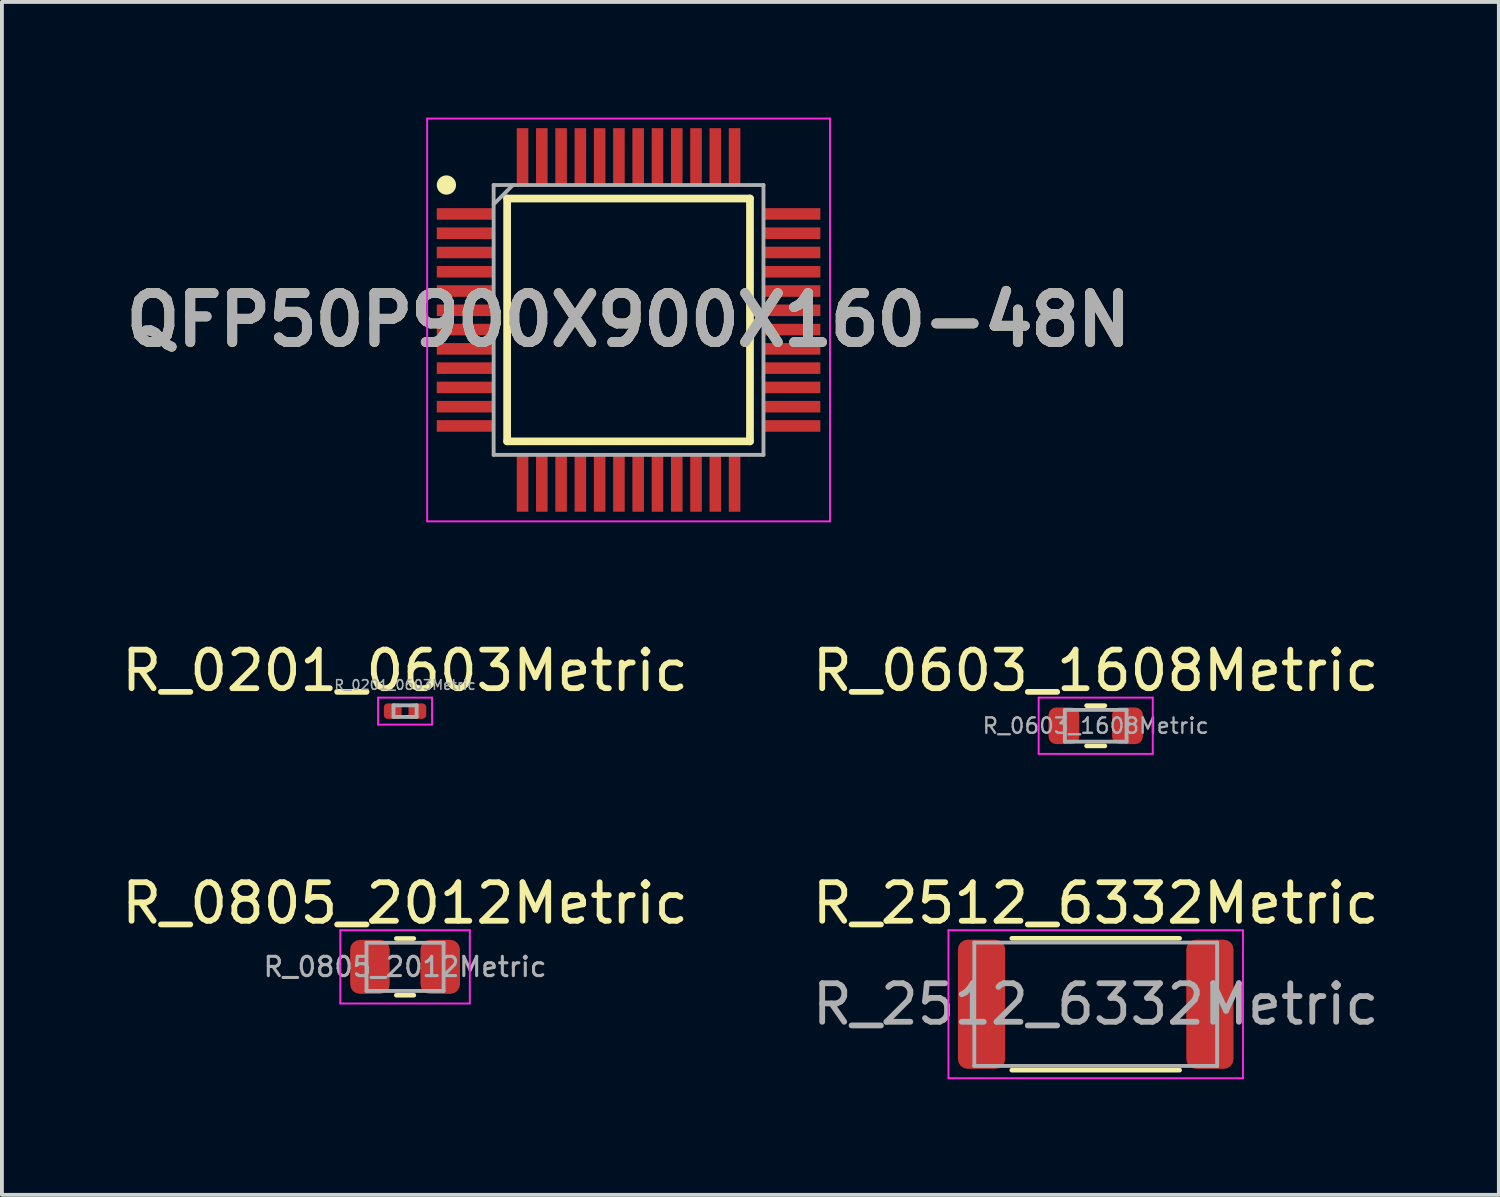
<source format=kicad_pcb>
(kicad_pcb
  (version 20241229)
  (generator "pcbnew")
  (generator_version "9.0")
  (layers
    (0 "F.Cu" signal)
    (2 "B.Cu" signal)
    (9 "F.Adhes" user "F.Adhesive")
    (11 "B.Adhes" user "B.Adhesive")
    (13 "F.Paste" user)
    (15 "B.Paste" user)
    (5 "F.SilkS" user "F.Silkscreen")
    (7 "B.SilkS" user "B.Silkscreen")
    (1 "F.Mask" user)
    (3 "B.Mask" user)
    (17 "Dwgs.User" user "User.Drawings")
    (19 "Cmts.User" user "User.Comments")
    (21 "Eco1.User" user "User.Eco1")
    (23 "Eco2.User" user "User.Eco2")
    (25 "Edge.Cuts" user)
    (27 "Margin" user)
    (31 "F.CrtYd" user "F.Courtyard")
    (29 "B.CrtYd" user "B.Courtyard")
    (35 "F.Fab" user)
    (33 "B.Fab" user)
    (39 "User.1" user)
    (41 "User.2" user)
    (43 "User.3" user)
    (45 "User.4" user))
  (footprint "R_0603_1608Metric"
    (layer "F.Cu")
    (at 25.375 15.778)
    (property "Reference" "R_0603_1608Metric" (at 0 -1.43 0) (layer "F.SilkS") (effects (font (size 1 1) (thickness 0.15))))
    (attr smd)
    (fp_line (start -0.237 -0.522) (end 0.237 -0.522) (stroke (width 0.12) (type solid)) (layer "F.SilkS"))
    (fp_line (start -0.237 0.522) (end 0.237 0.522) (stroke (width 0.12) (type solid)) (layer "F.SilkS"))
    (fp_line (start -1.48 -0.73) (end 1.48 -0.73) (stroke (width 0.05) (type solid)) (layer "F.CrtYd"))
    (fp_line (start -1.48 0.73) (end -1.48 -0.73) (stroke (width 0.05) (type solid)) (layer "F.CrtYd"))
    (fp_line (start 1.48 -0.73) (end 1.48 0.73) (stroke (width 0.05) (type solid)) (layer "F.CrtYd"))
    (fp_line (start 1.48 0.73) (end -1.48 0.73) (stroke (width 0.05) (type solid)) (layer "F.CrtYd"))
    (fp_line (start -0.8 -0.412) (end 0.8 -0.412) (stroke (width 0.1) (type solid)) (layer "F.Fab"))
    (fp_line (start -0.8 0.412) (end -0.8 -0.412) (stroke (width 0.1) (type solid)) (layer "F.Fab"))
    (fp_line (start 0.8 -0.412) (end 0.8 0.412) (stroke (width 0.1) (type solid)) (layer "F.Fab"))
    (fp_line (start 0.8 0.412) (end -0.8 0.412) (stroke (width 0.1) (type solid)) (layer "F.Fab"))
    (fp_text user "${REFERENCE}" (at 0 0 0) (layer "F.Fab") (effects (font (size 0.4 0.4) (thickness 0.06))))
    (pad "1" smd roundrect (at -0.825 0) (size 0.8 0.95) (layers "F.Cu" "F.Mask" "F.Paste") (roundrect_rratio 0.25))
    (pad "2" smd roundrect (at 0.825 0) (size 0.8 0.95) (layers "F.Cu" "F.Mask" "F.Paste") (roundrect_rratio 0.25)))
  (footprint "QFP50P900X900X160-48N"
    (layer "F.Cu")
    (at 13.256 5.25)
    (property "Reference" "QFP50P900X900X160-48N" (at 0 0 0) (layer "F.SilkS") (effects (font (size 1.27 1.27) (thickness 0.254))))
    (attr smd)
    (fp_line (start -3.15 -3.15) (end 3.15 -3.15) (stroke (width 0.2) (type solid)) (layer "F.SilkS"))
    (fp_line (start -3.15 3.15) (end -3.15 -3.15) (stroke (width 0.2) (type solid)) (layer "F.SilkS"))
    (fp_line (start 3.15 -3.15) (end 3.15 3.15) (stroke (width 0.2) (type solid)) (layer "F.SilkS"))
    (fp_line (start 3.15 3.15) (end -3.15 3.15) (stroke (width 0.2) (type solid)) (layer "F.SilkS"))
    (fp_circle (center -4.725 -3.5) (end -4.725 -3.375) (stroke (width 0.25) (type solid)) (fill no) (layer "F.SilkS"))
    (fp_line (start -5.225 -5.225) (end 5.225 -5.225) (stroke (width 0.05) (type solid)) (layer "F.CrtYd"))
    (fp_line (start -5.225 5.225) (end -5.225 -5.225) (stroke (width 0.05) (type solid)) (layer "F.CrtYd"))
    (fp_line (start 5.225 -5.225) (end 5.225 5.225) (stroke (width 0.05) (type solid)) (layer "F.CrtYd"))
    (fp_line (start 5.225 5.225) (end -5.225 5.225) (stroke (width 0.05) (type solid)) (layer "F.CrtYd"))
    (fp_line (start -3.5 -3.5) (end 3.5 -3.5) (stroke (width 0.1) (type solid)) (layer "F.Fab"))
    (fp_line (start -3.5 -3) (end -3 -3.5) (stroke (width 0.1) (type solid)) (layer "F.Fab"))
    (fp_line (start -3.5 3.5) (end -3.5 -3.5) (stroke (width 0.1) (type solid)) (layer "F.Fab"))
    (fp_line (start 3.5 -3.5) (end 3.5 3.5) (stroke (width 0.1) (type solid)) (layer "F.Fab"))
    (fp_line (start 3.5 3.5) (end -3.5 3.5) (stroke (width 0.1) (type solid)) (layer "F.Fab"))
    (fp_text user "${REFERENCE}" (at 0 0 0) (layer "F.Fab") (effects (font (size 1.27 1.27) (thickness 0.254))))
    (pad "1" smd rect (at -4.238 -2.75 90) (size 0.3 1.475) (layers "F.Cu" "F.Mask" "F.Paste"))
    (pad "2" smd rect (at -4.238 -2.25 90) (size 0.3 1.475) (layers "F.Cu" "F.Mask" "F.Paste"))
    (pad "3" smd rect (at -4.238 -1.75 90) (size 0.3 1.475) (layers "F.Cu" "F.Mask" "F.Paste"))
    (pad "4" smd rect (at -4.238 -1.25 90) (size 0.3 1.475) (layers "F.Cu" "F.Mask" "F.Paste"))
    (pad "5" smd rect (at -4.238 -0.75 90) (size 0.3 1.475) (layers "F.Cu" "F.Mask" "F.Paste"))
    (pad "6" smd rect (at -4.238 -0.25 90) (size 0.3 1.475) (layers "F.Cu" "F.Mask" "F.Paste"))
    (pad "7" smd rect (at -4.238 0.25 90) (size 0.3 1.475) (layers "F.Cu" "F.Mask" "F.Paste"))
    (pad "8" smd rect (at -4.238 0.75 90) (size 0.3 1.475) (layers "F.Cu" "F.Mask" "F.Paste"))
    (pad "9" smd rect (at -4.238 1.25 90) (size 0.3 1.475) (layers "F.Cu" "F.Mask" "F.Paste"))
    (pad "10" smd rect (at -4.238 1.75 90) (size 0.3 1.475) (layers "F.Cu" "F.Mask" "F.Paste"))
    (pad "11" smd rect (at -4.238 2.25 90) (size 0.3 1.475) (layers "F.Cu" "F.Mask" "F.Paste"))
    (pad "12" smd rect (at -4.238 2.75 90) (size 0.3 1.475) (layers "F.Cu" "F.Mask" "F.Paste"))
    (pad "13" smd rect (at -2.75 4.238) (size 0.3 1.475) (layers "F.Cu" "F.Mask" "F.Paste"))
    (pad "14" smd rect (at -2.25 4.238) (size 0.3 1.475) (layers "F.Cu" "F.Mask" "F.Paste"))
    (pad "15" smd rect (at -1.75 4.238) (size 0.3 1.475) (layers "F.Cu" "F.Mask" "F.Paste"))
    (pad "16" smd rect (at -1.25 4.238) (size 0.3 1.475) (layers "F.Cu" "F.Mask" "F.Paste"))
    (pad "17" smd rect (at -0.75 4.238) (size 0.3 1.475) (layers "F.Cu" "F.Mask" "F.Paste"))
    (pad "18" smd rect (at -0.25 4.238) (size 0.3 1.475) (layers "F.Cu" "F.Mask" "F.Paste"))
    (pad "19" smd rect (at 0.25 4.238) (size 0.3 1.475) (layers "F.Cu" "F.Mask" "F.Paste"))
    (pad "20" smd rect (at 0.75 4.238) (size 0.3 1.475) (layers "F.Cu" "F.Mask" "F.Paste"))
    (pad "21" smd rect (at 1.25 4.238) (size 0.3 1.475) (layers "F.Cu" "F.Mask" "F.Paste"))
    (pad "22" smd rect (at 1.75 4.238) (size 0.3 1.475) (layers "F.Cu" "F.Mask" "F.Paste"))
    (pad "23" smd rect (at 2.25 4.238) (size 0.3 1.475) (layers "F.Cu" "F.Mask" "F.Paste"))
    (pad "24" smd rect (at 2.75 4.238) (size 0.3 1.475) (layers "F.Cu" "F.Mask" "F.Paste"))
    (pad "25" smd rect (at 4.238 2.75 90) (size 0.3 1.475) (layers "F.Cu" "F.Mask" "F.Paste"))
    (pad "26" smd rect (at 4.238 2.25 90) (size 0.3 1.475) (layers "F.Cu" "F.Mask" "F.Paste"))
    (pad "27" smd rect (at 4.238 1.75 90) (size 0.3 1.475) (layers "F.Cu" "F.Mask" "F.Paste"))
    (pad "28" smd rect (at 4.238 1.25 90) (size 0.3 1.475) (layers "F.Cu" "F.Mask" "F.Paste"))
    (pad "29" smd rect (at 4.238 0.75 90) (size 0.3 1.475) (layers "F.Cu" "F.Mask" "F.Paste"))
    (pad "30" smd rect (at 4.238 0.25 90) (size 0.3 1.475) (layers "F.Cu" "F.Mask" "F.Paste"))
    (pad "31" smd rect (at 4.238 -0.25 90) (size 0.3 1.475) (layers "F.Cu" "F.Mask" "F.Paste"))
    (pad "32" smd rect (at 4.238 -0.75 90) (size 0.3 1.475) (layers "F.Cu" "F.Mask" "F.Paste"))
    (pad "33" smd rect (at 4.238 -1.25 90) (size 0.3 1.475) (layers "F.Cu" "F.Mask" "F.Paste"))
    (pad "34" smd rect (at 4.238 -1.75 90) (size 0.3 1.475) (layers "F.Cu" "F.Mask" "F.Paste"))
    (pad "35" smd rect (at 4.238 -2.25 90) (size 0.3 1.475) (layers "F.Cu" "F.Mask" "F.Paste"))
    (pad "36" smd rect (at 4.238 -2.75 90) (size 0.3 1.475) (layers "F.Cu" "F.Mask" "F.Paste"))
    (pad "37" smd rect (at 2.75 -4.238) (size 0.3 1.475) (layers "F.Cu" "F.Mask" "F.Paste"))
    (pad "38" smd rect (at 2.25 -4.238) (size 0.3 1.475) (layers "F.Cu" "F.Mask" "F.Paste"))
    (pad "39" smd rect (at 1.75 -4.238) (size 0.3 1.475) (layers "F.Cu" "F.Mask" "F.Paste"))
    (pad "40" smd rect (at 1.25 -4.238) (size 0.3 1.475) (layers "F.Cu" "F.Mask" "F.Paste"))
    (pad "41" smd rect (at 0.75 -4.238) (size 0.3 1.475) (layers "F.Cu" "F.Mask" "F.Paste"))
    (pad "42" smd rect (at 0.25 -4.238) (size 0.3 1.475) (layers "F.Cu" "F.Mask" "F.Paste"))
    (pad "43" smd rect (at -0.25 -4.238) (size 0.3 1.475) (layers "F.Cu" "F.Mask" "F.Paste"))
    (pad "44" smd rect (at -0.75 -4.238) (size 0.3 1.475) (layers "F.Cu" "F.Mask" "F.Paste"))
    (pad "45" smd rect (at -1.25 -4.238) (size 0.3 1.475) (layers "F.Cu" "F.Mask" "F.Paste"))
    (pad "46" smd rect (at -1.75 -4.238) (size 0.3 1.475) (layers "F.Cu" "F.Mask" "F.Paste"))
    (pad "47" smd rect (at -2.25 -4.238) (size 0.3 1.475) (layers "F.Cu" "F.Mask" "F.Paste"))
    (pad "48" smd rect (at -2.75 -4.238) (size 0.3 1.475) (layers "F.Cu" "F.Mask" "F.Paste")))
  (footprint "R_2512_6332Metric"
    (layer "F.Cu")
    (at 25.375 23.002)
    (property "Reference" "R_2512_6332Metric" (at 0 -2.62 0) (layer "F.SilkS") (effects (font (size 1 1) (thickness 0.15))))
    (attr smd)
    (fp_line (start -2.177 -1.71) (end 2.177 -1.71) (stroke (width 0.12) (type solid)) (layer "F.SilkS"))
    (fp_line (start -2.177 1.71) (end 2.177 1.71) (stroke (width 0.12) (type solid)) (layer "F.SilkS"))
    (fp_line (start -3.82 -1.92) (end 3.82 -1.92) (stroke (width 0.05) (type solid)) (layer "F.CrtYd"))
    (fp_line (start -3.82 1.92) (end -3.82 -1.92) (stroke (width 0.05) (type solid)) (layer "F.CrtYd"))
    (fp_line (start 3.82 -1.92) (end 3.82 1.92) (stroke (width 0.05) (type solid)) (layer "F.CrtYd"))
    (fp_line (start 3.82 1.92) (end -3.82 1.92) (stroke (width 0.05) (type solid)) (layer "F.CrtYd"))
    (fp_line (start -3.15 -1.6) (end 3.15 -1.6) (stroke (width 0.1) (type solid)) (layer "F.Fab"))
    (fp_line (start -3.15 1.6) (end -3.15 -1.6) (stroke (width 0.1) (type solid)) (layer "F.Fab"))
    (fp_line (start 3.15 -1.6) (end 3.15 1.6) (stroke (width 0.1) (type solid)) (layer "F.Fab"))
    (fp_line (start 3.15 1.6) (end -3.15 1.6) (stroke (width 0.1) (type solid)) (layer "F.Fab"))
    (fp_text user "${REFERENCE}" (at 0 0 0) (layer "F.Fab") (effects (font (size 1 1) (thickness 0.15))))
    (pad "1" smd roundrect (at -2.962 0) (size 1.225 3.35) (layers "F.Cu" "F.Mask" "F.Paste") (roundrect_rratio 0.204))
    (pad "2" smd roundrect (at 2.962 0) (size 1.225 3.35) (layers "F.Cu" "F.Mask" "F.Paste") (roundrect_rratio 0.204)))
  (footprint "R_0201_0603Metric"
    (layer "F.Cu")
    (at 7.458 15.398)
    (property "Reference" "R_0201_0603Metric" (at 0 -1.05 0) (layer "F.SilkS") (effects (font (size 1 1) (thickness 0.15))))
    (attr smd)
    (fp_line (start -0.7 -0.35) (end 0.7 -0.35) (stroke (width 0.05) (type solid)) (layer "F.CrtYd"))
    (fp_line (start -0.7 0.35) (end -0.7 -0.35) (stroke (width 0.05) (type solid)) (layer "F.CrtYd"))
    (fp_line (start 0.7 -0.35) (end 0.7 0.35) (stroke (width 0.05) (type solid)) (layer "F.CrtYd"))
    (fp_line (start 0.7 0.35) (end -0.7 0.35) (stroke (width 0.05) (type solid)) (layer "F.CrtYd"))
    (fp_line (start -0.3 -0.15) (end 0.3 -0.15) (stroke (width 0.1) (type solid)) (layer "F.Fab"))
    (fp_line (start -0.3 0.15) (end -0.3 -0.15) (stroke (width 0.1) (type solid)) (layer "F.Fab"))
    (fp_line (start 0.3 -0.15) (end 0.3 0.15) (stroke (width 0.1) (type solid)) (layer "F.Fab"))
    (fp_line (start 0.3 0.15) (end -0.3 0.15) (stroke (width 0.1) (type solid)) (layer "F.Fab"))
    (fp_text user "${REFERENCE}" (at 0 -0.68 0) (layer "F.Fab") (effects (font (size 0.25 0.25) (thickness 0.04))))
    (pad "" smd roundrect (at -0.345 0) (size 0.318 0.36) (layers "F.Paste") (roundrect_rratio 0.25))
    (pad "" smd roundrect (at 0.345 0) (size 0.318 0.36) (layers "F.Paste") (roundrect_rratio 0.25))
    (pad "1" smd roundrect (at -0.32 0) (size 0.46 0.4) (layers "F.Cu" "F.Mask") (roundrect_rratio 0.25))
    (pad "2" smd roundrect (at 0.32 0) (size 0.46 0.4) (layers "F.Cu" "F.Mask") (roundrect_rratio 0.25)))
  (footprint "R_0805_2012Metric"
    (layer "F.Cu")
    (at 7.458 22.032)
    (property "Reference" "R_0805_2012Metric" (at 0 -1.65 0) (layer "F.SilkS") (effects (font (size 1 1) (thickness 0.15))))
    (attr smd)
    (fp_line (start -0.227 -0.735) (end 0.227 -0.735) (stroke (width 0.12) (type solid)) (layer "F.SilkS"))
    (fp_line (start -0.227 0.735) (end 0.227 0.735) (stroke (width 0.12) (type solid)) (layer "F.SilkS"))
    (fp_line (start -1.68 -0.95) (end 1.68 -0.95) (stroke (width 0.05) (type solid)) (layer "F.CrtYd"))
    (fp_line (start -1.68 0.95) (end -1.68 -0.95) (stroke (width 0.05) (type solid)) (layer "F.CrtYd"))
    (fp_line (start 1.68 -0.95) (end 1.68 0.95) (stroke (width 0.05) (type solid)) (layer "F.CrtYd"))
    (fp_line (start 1.68 0.95) (end -1.68 0.95) (stroke (width 0.05) (type solid)) (layer "F.CrtYd"))
    (fp_line (start -1 -0.625) (end 1 -0.625) (stroke (width 0.1) (type solid)) (layer "F.Fab"))
    (fp_line (start -1 0.625) (end -1 -0.625) (stroke (width 0.1) (type solid)) (layer "F.Fab"))
    (fp_line (start 1 -0.625) (end 1 0.625) (stroke (width 0.1) (type solid)) (layer "F.Fab"))
    (fp_line (start 1 0.625) (end -1 0.625) (stroke (width 0.1) (type solid)) (layer "F.Fab"))
    (fp_text user "${REFERENCE}" (at 0 0 0) (layer "F.Fab") (effects (font (size 0.5 0.5) (thickness 0.08))))
    (pad "1" smd roundrect (at -0.912 0) (size 1.025 1.4) (layers "F.Cu" "F.Mask" "F.Paste") (roundrect_rratio 0.244))
    (pad "2" smd roundrect (at 0.912 0) (size 1.025 1.4) (layers "F.Cu" "F.Mask" "F.Paste") (roundrect_rratio 0.244)))
  (gr_rect
    (start -3 -3)
    (end 35.833 27.947)
    (stroke (width 0.1) (type default))
    (fill no)
    (layer "Edge.Cuts")))
</source>
